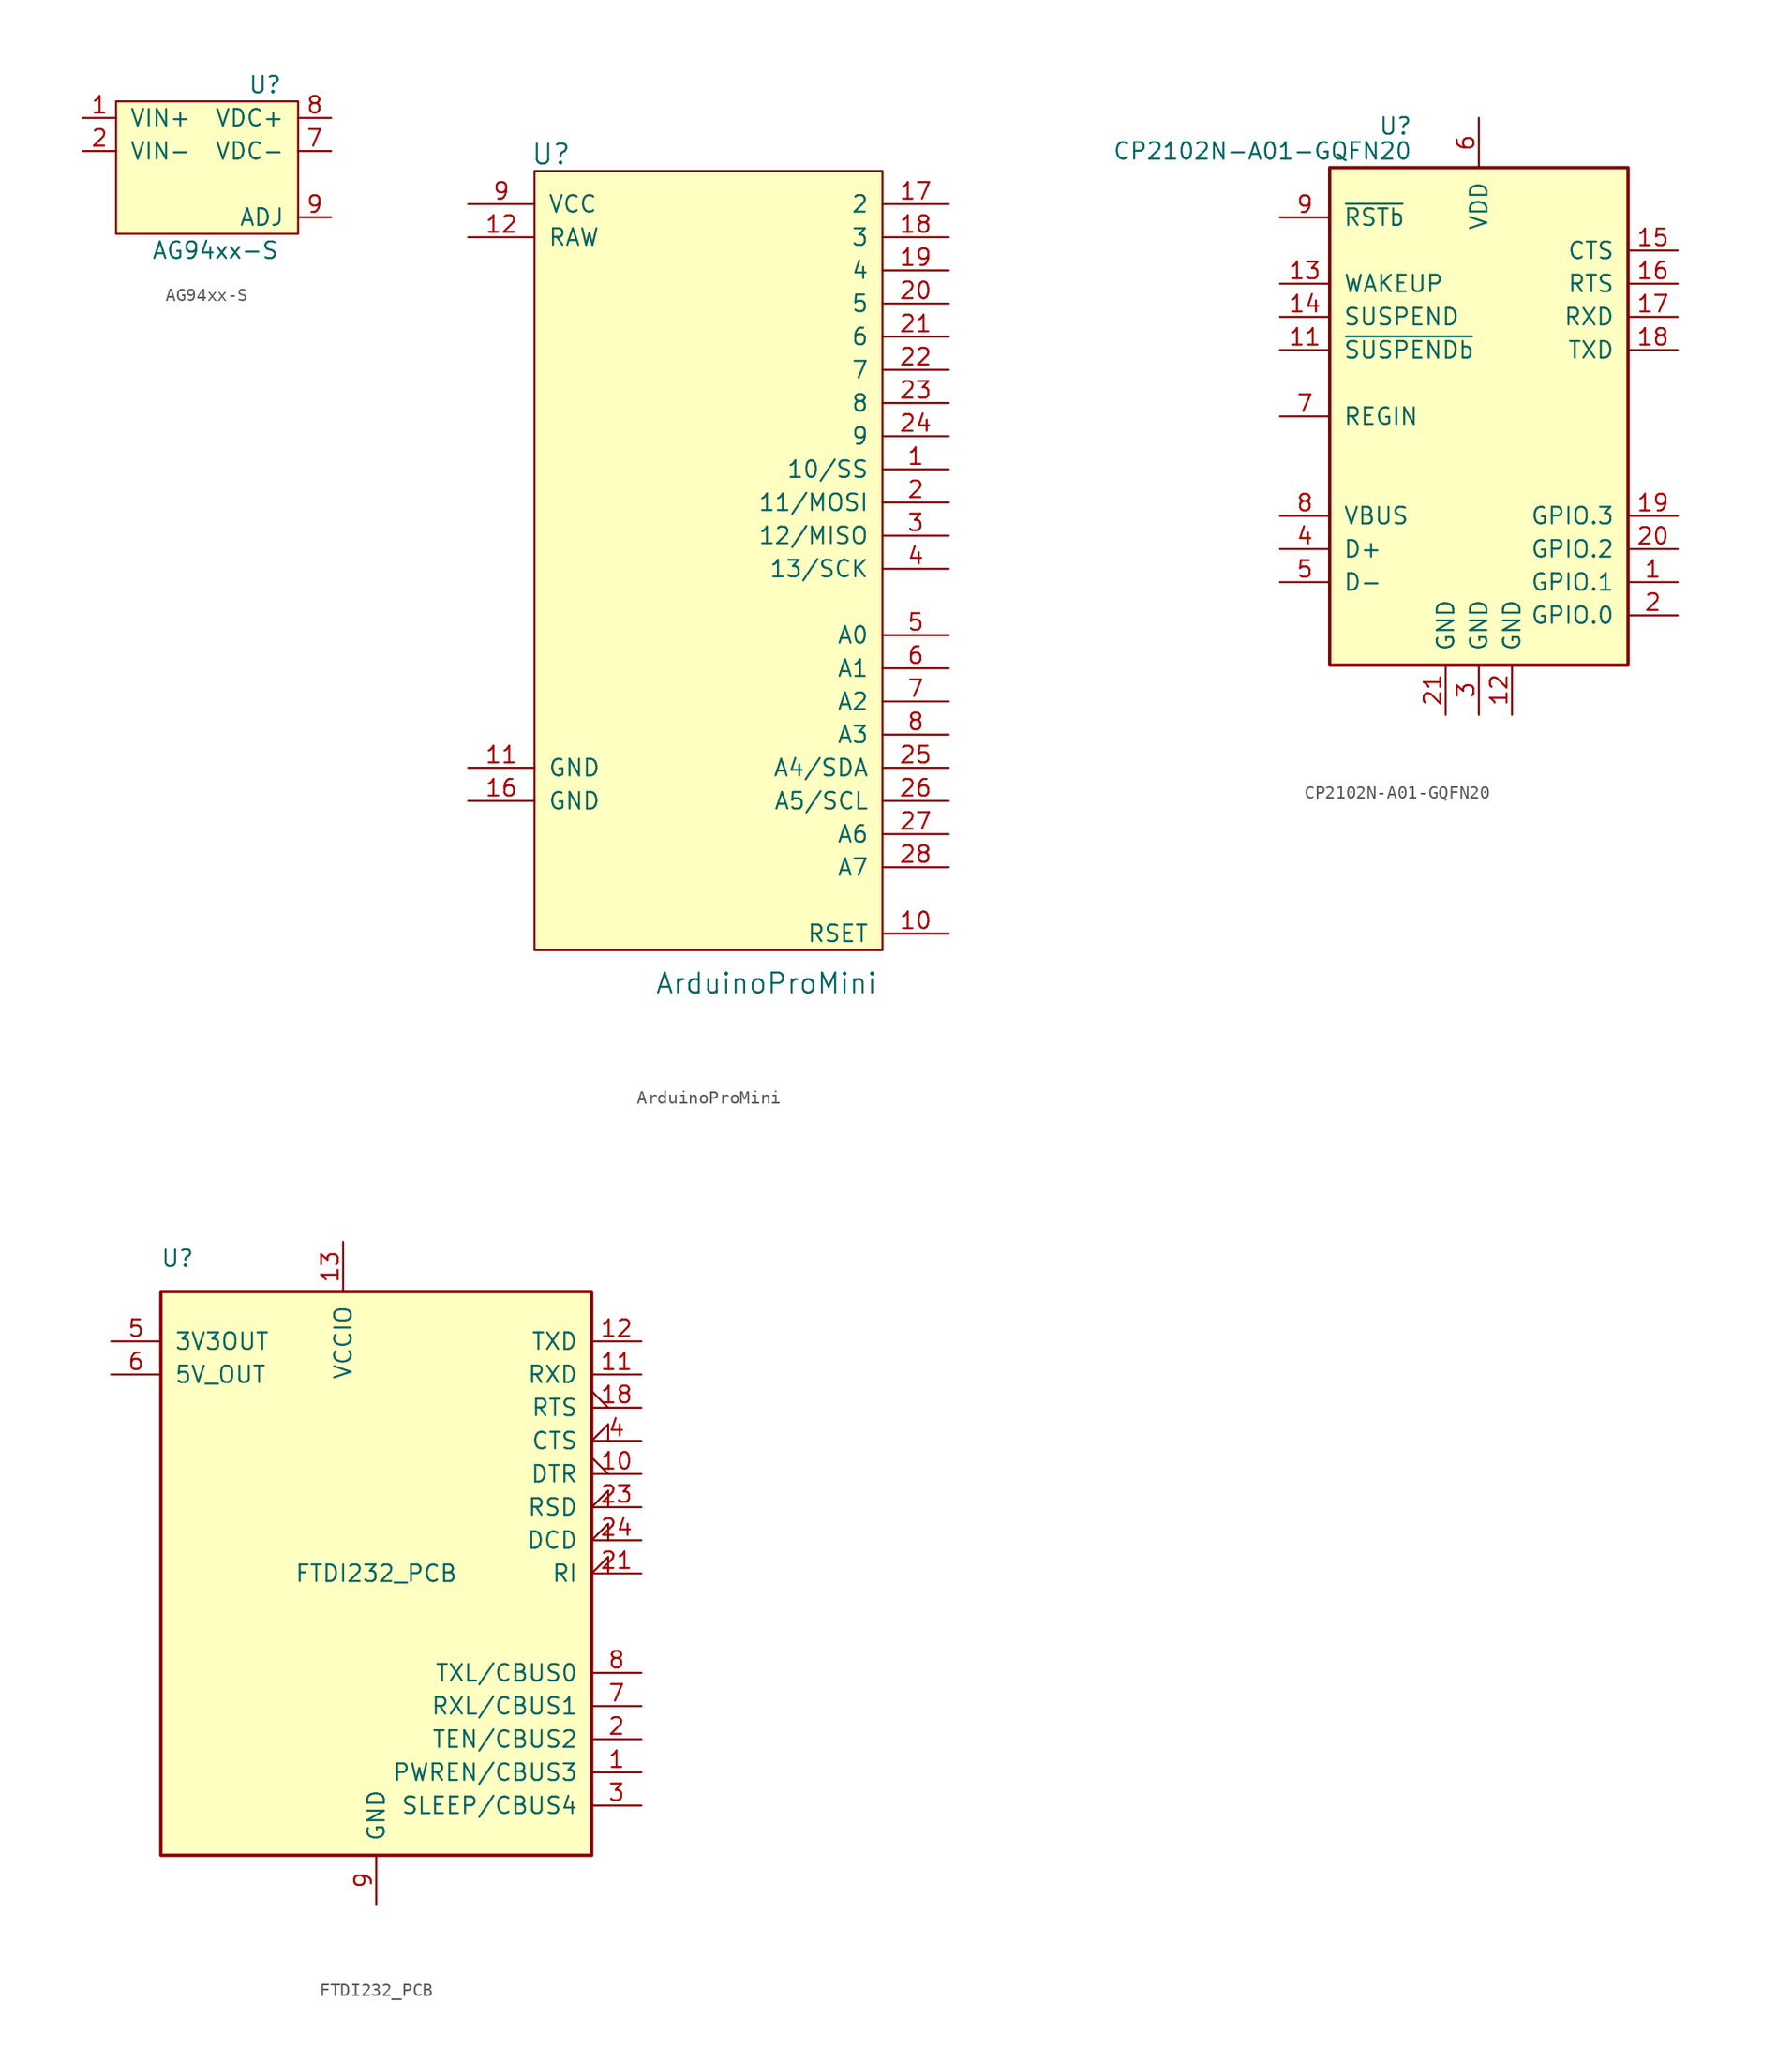
<source format=kicad_sym>
(kicad_symbol_lib
  (version 20231120)
  (generator "kicad_symbol_editor")
  (generator_version "8.0")
  (symbol "AG94xx-S"
    (pin_names
      (offset 1.016))
    (property "Reference" "U"
      (at 5.08 6.35 0)
      (effects (font (size 1.27 1.27))))
    (property "Value" "AG94xx-S"
      (at 1.27 -6.35 0)
      (effects (font (size 1.27 1.27))))
    (symbol "AG94xx-S_0_1"
      (rectangle (start -6.35 5.08) (end 7.62 -5.08) (stroke (width 0) (type solid)) (fill (type background))))
    (symbol "AG94xx-S_1_1"
      (pin power_in line (at -8.89 3.81 0) (length 2.54) (name "VIN+" (effects (font (size 1.27 1.27)))) (number "1" (effects (font (size 1.27 1.27)))))
      (pin power_in line (at -8.89 1.27 0) (length 2.54) (name "VIN-" (effects (font (size 1.27 1.27)))) (number "2" (effects (font (size 1.27 1.27)))))
      (pin power_in line (at 10.16 1.27 180) (length 2.54) (name "VDC-" (effects (font (size 1.27 1.27)))) (number "7" (effects (font (size 1.27 1.27)))))
      (pin power_out line (at 10.16 3.81 180) (length 2.54) (name "VDC+" (effects (font (size 1.27 1.27)))) (number "8" (effects (font (size 1.27 1.27)))))
      (pin input line (at 10.16 -3.81 180) (length 2.54) (name "ADJ" (effects (font (size 1.27 1.27)))) (number "9" (effects (font (size 1.27 1.27)))))))
  (symbol "ArduinoProMini"
    (pin_names
      (offset 1.016))
    (property "Reference" "U"
      (at -12.7 34.29 0)
      (effects (font (size 1.524 1.524))))
    (property "Value" "ArduinoProMini"
      (at 3.81 -29.21 0)
      (effects (font (size 1.524 1.524))))
    (symbol "ArduinoProMini_0_1"
      (rectangle (start -13.97 33.02) (end 12.7 -26.67) (stroke (width 0) (type solid)) (fill (type background))))
    (symbol "ArduinoProMini_1_1"
      (pin bidirectional line (at 17.78 10.16 180) (length 5.08) (name "10/SS" (effects (font (size 1.27 1.27)))) (number "1" (effects (font (size 1.27 1.27)))))
      (pin input line (at 17.78 -25.4 180) (length 5.08) (name "RSET" (effects (font (size 1.27 1.27)))) (number "10" (effects (font (size 1.27 1.27)))))
      (pin power_out line (at -19.05 -12.7 0) (length 5.08) (name "GND" (effects (font (size 1.27 1.27)))) (number "11" (effects (font (size 1.27 1.27)))))
      (pin power_in line (at -19.05 27.94 0) (length 5.08) (name "RAW" (effects (font (size 1.27 1.27)))) (number "12" (effects (font (size 1.27 1.27)))))
      (pin power_in line (at -19.05 -15.24 0) (length 5.08) (name "GND" (effects (font (size 1.27 1.27)))) (number "16" (effects (font (size 1.27 1.27)))))
      (pin bidirectional line (at 17.78 30.48 180) (length 5.08) (name "2" (effects (font (size 1.27 1.27)))) (number "17" (effects (font (size 1.27 1.27)))))
      (pin bidirectional line (at 17.78 27.94 180) (length 5.08) (name "3" (effects (font (size 1.27 1.27)))) (number "18" (effects (font (size 1.27 1.27)))))
      (pin bidirectional line (at 17.78 25.4 180) (length 5.08) (name "4" (effects (font (size 1.27 1.27)))) (number "19" (effects (font (size 1.27 1.27)))))
      (pin bidirectional line (at 17.78 7.62 180) (length 5.08) (name "11/MOSI" (effects (font (size 1.27 1.27)))) (number "2" (effects (font (size 1.27 1.27)))))
      (pin bidirectional line (at 17.78 22.86 180) (length 5.08) (name "5" (effects (font (size 1.27 1.27)))) (number "20" (effects (font (size 1.27 1.27)))))
      (pin bidirectional line (at 17.78 20.32 180) (length 5.08) (name "6" (effects (font (size 1.27 1.27)))) (number "21" (effects (font (size 1.27 1.27)))))
      (pin bidirectional line (at 17.78 17.78 180) (length 5.08) (name "7" (effects (font (size 1.27 1.27)))) (number "22" (effects (font (size 1.27 1.27)))))
      (pin bidirectional line (at 17.78 15.24 180) (length 5.08) (name "8" (effects (font (size 1.27 1.27)))) (number "23" (effects (font (size 1.27 1.27)))))
      (pin bidirectional line (at 17.78 12.7 180) (length 5.08) (name "9" (effects (font (size 1.27 1.27)))) (number "24" (effects (font (size 1.27 1.27)))))
      (pin bidirectional line (at 17.78 -12.7 180) (length 5.08) (name "A4/SDA" (effects (font (size 1.27 1.27)))) (number "25" (effects (font (size 1.27 1.27)))))
      (pin bidirectional line (at 17.78 -15.24 180) (length 5.08) (name "A5/SCL" (effects (font (size 1.27 1.27)))) (number "26" (effects (font (size 1.27 1.27)))))
      (pin input line (at 17.78 -17.78 180) (length 5.08) (name "A6" (effects (font (size 1.27 1.27)))) (number "27" (effects (font (size 1.27 1.27)))))
      (pin input line (at 17.78 -20.32 180) (length 5.08) (name "A7" (effects (font (size 1.27 1.27)))) (number "28" (effects (font (size 1.27 1.27)))))
      (pin bidirectional line (at 17.78 5.08 180) (length 5.08) (name "12/MISO" (effects (font (size 1.27 1.27)))) (number "3" (effects (font (size 1.27 1.27)))))
      (pin bidirectional line (at 17.78 2.54 180) (length 5.08) (name "13/SCK" (effects (font (size 1.27 1.27)))) (number "4" (effects (font (size 1.27 1.27)))))
      (pin bidirectional line (at 17.78 -2.54 180) (length 5.08) (name "A0" (effects (font (size 1.27 1.27)))) (number "5" (effects (font (size 1.27 1.27)))))
      (pin bidirectional line (at 17.78 -5.08 180) (length 5.08) (name "A1" (effects (font (size 1.27 1.27)))) (number "6" (effects (font (size 1.27 1.27)))))
      (pin bidirectional line (at 17.78 -7.62 180) (length 5.08) (name "A2" (effects (font (size 1.27 1.27)))) (number "7" (effects (font (size 1.27 1.27)))))
      (pin bidirectional line (at 17.78 -10.16 180) (length 5.08) (name "A3" (effects (font (size 1.27 1.27)))) (number "8" (effects (font (size 1.27 1.27)))))
      (pin power_in line (at -19.05 30.48 0) (length 5.08) (name "VCC" (effects (font (size 1.27 1.27)))) (number "9" (effects (font (size 1.27 1.27)))))))
  (symbol "CP2102N-A01-GQFN20"
    (pin_names
      (offset 1.016))
    (property "Reference" "U"
      (at -5.08 22.225 0)
      (effects (font (size 1.27 1.27)) (justify right)))
    (property "Value" "CP2102N-A01-GQFN20"
      (at -5.08 20.32 0)
      (effects (font (size 1.27 1.27)) (justify right)))
    (symbol "CP2102N-A01-GQFN20_0_1"
      (rectangle (start -11.43 19.05) (end 11.43 -19.05) (stroke (width 0.254) (type solid)) (fill (type background))))
    (symbol "CP2102N-A01-GQFN20_1_1"
      (pin bidirectional line (at 15.24 -12.7 180) (length 3.81) (name "GPIO.1" (effects (font (size 1.27 1.27)))) (number "1" (effects (font (size 1.27 1.27)))))
      (pin no_connect line (at 10.16 -22.86 90) (length 3.81) hide (name "NC" (effects (font (size 1.27 1.27)))) (number "10" (effects (font (size 1.27 1.27)))))
      (pin output line (at -15.24 5.08 0) (length 3.81) (name "~{SUSPENDb}" (effects (font (size 1.27 1.27)))) (number "11" (effects (font (size 1.27 1.27)))))
      (pin power_in line (at 2.54 -22.86 90) (length 3.81) (name "GND" (effects (font (size 1.27 1.27)))) (number "12" (effects (font (size 1.27 1.27)))))
      (pin input line (at -15.24 10.16 0) (length 3.81) (name "WAKEUP" (effects (font (size 1.27 1.27)))) (number "13" (effects (font (size 1.27 1.27)))))
      (pin output line (at -15.24 7.62 0) (length 3.81) (name "SUSPEND" (effects (font (size 1.27 1.27)))) (number "14" (effects (font (size 1.27 1.27)))))
      (pin input line (at 15.24 12.7 180) (length 3.81) (name "CTS" (effects (font (size 1.27 1.27)))) (number "15" (effects (font (size 1.27 1.27)))))
      (pin output line (at 15.24 10.16 180) (length 3.81) (name "RTS" (effects (font (size 1.27 1.27)))) (number "16" (effects (font (size 1.27 1.27)))))
      (pin input line (at 15.24 7.62 180) (length 3.81) (name "RXD" (effects (font (size 1.27 1.27)))) (number "17" (effects (font (size 1.27 1.27)))))
      (pin output line (at 15.24 5.08 180) (length 3.81) (name "TXD" (effects (font (size 1.27 1.27)))) (number "18" (effects (font (size 1.27 1.27)))))
      (pin bidirectional line (at 15.24 -7.62 180) (length 3.81) (name "GPIO.3" (effects (font (size 1.27 1.27)))) (number "19" (effects (font (size 1.27 1.27)))))
      (pin bidirectional line (at 15.24 -15.24 180) (length 3.81) (name "GPIO.0" (effects (font (size 1.27 1.27)))) (number "2" (effects (font (size 1.27 1.27)))))
      (pin bidirectional line (at 15.24 -10.16 180) (length 3.81) (name "GPIO.2" (effects (font (size 1.27 1.27)))) (number "20" (effects (font (size 1.27 1.27)))))
      (pin power_in line (at -2.54 -22.86 90) (length 3.81) (name "GND" (effects (font (size 1.27 1.27)))) (number "21" (effects (font (size 1.27 1.27)))))
      (pin power_in line (at 0 -22.86 90) (length 3.81) (name "GND" (effects (font (size 1.27 1.27)))) (number "3" (effects (font (size 1.27 1.27)))))
      (pin bidirectional line (at -15.24 -10.16 0) (length 3.81) (name "D+" (effects (font (size 1.27 1.27)))) (number "4" (effects (font (size 1.27 1.27)))))
      (pin bidirectional line (at -15.24 -12.7 0) (length 3.81) (name "D-" (effects (font (size 1.27 1.27)))) (number "5" (effects (font (size 1.27 1.27)))))
      (pin power_in line (at 0 22.86 270) (length 3.81) (name "VDD" (effects (font (size 1.27 1.27)))) (number "6" (effects (font (size 1.27 1.27)))))
      (pin power_in line (at -15.24 0 0) (length 3.81) (name "REGIN" (effects (font (size 1.27 1.27)))) (number "7" (effects (font (size 1.27 1.27)))))
      (pin input line (at -15.24 -7.62 0) (length 3.81) (name "VBUS" (effects (font (size 1.27 1.27)))) (number "8" (effects (font (size 1.27 1.27)))))
      (pin input line (at -15.24 15.24 0) (length 3.81) (name "~{RSTb}" (effects (font (size 1.27 1.27)))) (number "9" (effects (font (size 1.27 1.27)))))))
  (symbol "FTDI232_PCB"
    (pin_names
      (offset 1.016))
    (property "Reference" "U"
      (at -15.24 24.13 0)
      (effects (font (size 1.27 1.27))))
    (property "Value" "FTDI232_PCB"
      (at 0 0 0)
      (effects (font (size 1.27 1.27))))
    (symbol "FTDI232_PCB_1_1"
      (rectangle (start -16.51 21.59) (end 16.51 -21.59) (stroke (width 0.254) (type solid)) (fill (type background)))
      (pin bidirectional line (at 20.32 -15.24 180) (length 3.81) (name "PWREN/CBUS3" (effects (font (size 1.27 1.27)))) (number "1" (effects (font (size 1.27 1.27)))))
      (pin output output_low (at 20.32 7.62 180) (length 3.81) (name "DTR" (effects (font (size 1.27 1.27)))) (number "10" (effects (font (size 1.27 1.27)))))
      (pin input line (at 20.32 15.24 180) (length 3.81) (name "RXD" (effects (font (size 1.27 1.27)))) (number "11" (effects (font (size 1.27 1.27)))))
      (pin output line (at 20.32 17.78 180) (length 3.81) (name "TXD" (effects (font (size 1.27 1.27)))) (number "12" (effects (font (size 1.27 1.27)))))
      (pin input line (at -2.54 25.4 270) (length 3.81) (name "VCCIO" (effects (font (size 1.27 1.27)))) (number "13" (effects (font (size 1.27 1.27)))))
      (pin output output_low (at 20.32 12.7 180) (length 3.81) (name "RTS" (effects (font (size 1.27 1.27)))) (number "18" (effects (font (size 1.27 1.27)))))
      (pin bidirectional line (at 20.32 -12.7 180) (length 3.81) (name "TEN/CBUS2" (effects (font (size 1.27 1.27)))) (number "2" (effects (font (size 1.27 1.27)))))
      (pin input input_low (at 20.32 0 180) (length 3.81) (name "RI" (effects (font (size 1.27 1.27)))) (number "21" (effects (font (size 1.27 1.27)))))
      (pin input input_low (at 20.32 5.08 180) (length 3.81) (name "RSD" (effects (font (size 1.27 1.27)))) (number "23" (effects (font (size 1.27 1.27)))))
      (pin input input_low (at 20.32 2.54 180) (length 3.81) (name "DCD" (effects (font (size 1.27 1.27)))) (number "24" (effects (font (size 1.27 1.27)))))
      (pin bidirectional line (at 20.32 -17.78 180) (length 3.81) (name "SLEEP/CBUS4" (effects (font (size 1.27 1.27)))) (number "3" (effects (font (size 1.27 1.27)))))
      (pin input input_low (at 20.32 10.16 180) (length 3.81) (name "CTS" (effects (font (size 1.27 1.27)))) (number "4" (effects (font (size 1.27 1.27)))))
      (pin power_out line (at -20.32 17.78 0) (length 3.81) (name "3V3OUT" (effects (font (size 1.27 1.27)))) (number "5" (effects (font (size 1.27 1.27)))))
      (pin power_out line (at -20.32 15.24 0) (length 3.81) (name "5V_OUT" (effects (font (size 1.27 1.27)))) (number "6" (effects (font (size 1.27 1.27)))))
      (pin output line (at 20.32 -10.16 180) (length 3.81) (name "RXL/CBUS1" (effects (font (size 1.27 1.27)))) (number "7" (effects (font (size 1.27 1.27)))))
      (pin bidirectional line (at 20.32 -7.62 180) (length 3.81) (name "TXL/CBUS0" (effects (font (size 1.27 1.27)))) (number "8" (effects (font (size 1.27 1.27)))))
      (pin power_out line (at 0 -25.4 90) (length 3.81) (name "GND" (effects (font (size 1.27 1.27)))) (number "9" (effects (font (size 1.27 1.27))))))))
</source>
